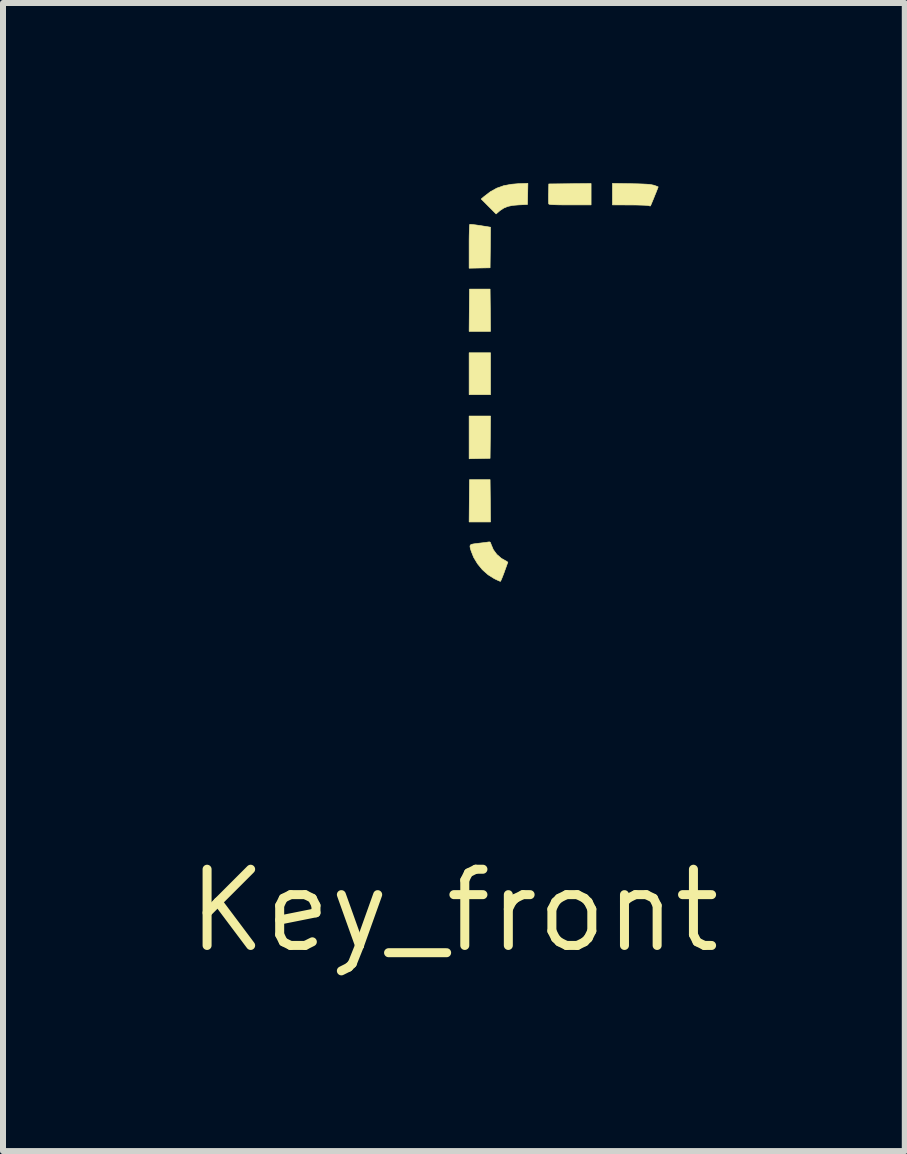
<source format=kicad_pcb>
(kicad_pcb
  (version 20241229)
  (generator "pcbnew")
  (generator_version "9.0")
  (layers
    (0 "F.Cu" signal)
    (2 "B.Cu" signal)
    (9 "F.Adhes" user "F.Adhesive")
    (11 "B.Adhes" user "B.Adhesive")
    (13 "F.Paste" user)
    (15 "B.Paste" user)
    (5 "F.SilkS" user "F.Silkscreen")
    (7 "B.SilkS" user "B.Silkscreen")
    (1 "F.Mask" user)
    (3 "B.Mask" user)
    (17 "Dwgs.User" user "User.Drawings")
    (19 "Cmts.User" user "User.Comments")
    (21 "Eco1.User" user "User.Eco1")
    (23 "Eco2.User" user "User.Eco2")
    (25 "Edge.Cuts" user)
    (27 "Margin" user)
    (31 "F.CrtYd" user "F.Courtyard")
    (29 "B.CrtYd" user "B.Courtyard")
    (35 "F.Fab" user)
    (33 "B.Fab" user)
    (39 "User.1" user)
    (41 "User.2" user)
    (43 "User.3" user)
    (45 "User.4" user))
  (footprint "Key_front"
    (layer "F.Cu")
    (at 4.513 12.124)
    (property "Reference" "Key_front" (at 0 0 0) (layer "F.SilkS") (effects (font (size 1.27 1.27) (thickness 0.15))))
    (attr through_hole)
    (fp_poly (pts (xy 0.61 -8.598) (xy 0.254 -8.598) (xy 0.254 -9.296) (xy 0.61 -9.296) (xy 0.61 -8.598)) (stroke (width 0.01) (type solid)) (fill yes) (layer "F.SilkS"))
    (fp_poly (pts (xy 0.607 -10.004) (xy 0.61 -9.652) (xy 0.254 -9.652) (xy 0.26 -10.357) (xy 0.603 -10.357) (xy 0.607 -10.004)) (stroke (width 0.01) (type solid)) (fill yes) (layer "F.SilkS"))
    (fp_poly (pts (xy 0.607 -7.89) (xy 0.603 -7.537) (xy 0.254 -7.53) (xy 0.254 -8.242) (xy 0.61 -8.242) (xy 0.607 -7.89)) (stroke (width 0.01) (type solid)) (fill yes) (layer "F.SilkS"))
    (fp_poly (pts (xy 0.607 -6.829) (xy 0.61 -6.477) (xy 0.254 -6.477) (xy 0.26 -7.182) (xy 0.603 -7.182) (xy 0.607 -6.829)) (stroke (width 0.01) (type solid)) (fill yes) (layer "F.SilkS"))
    (fp_poly (pts (xy 1.226 -11.767) (xy 1.079 -11.76) (xy 0.98 -11.752) (xy 0.9 -11.735) (xy 0.833 -11.708) (xy 0.772 -11.668) (xy 0.748 -11.648) (xy 0.703 -11.609) (xy 0.455 -11.858) (xy 0.504 -11.9) (xy 0.607 -11.979) (xy 0.715 -12.039) (xy 0.831 -12.08) (xy 0.962 -12.104) (xy 1.07 -12.113) (xy 1.233 -12.119) (xy 1.226 -11.767)) (stroke (width 0.01) (type solid)) (fill yes) (layer "F.SilkS"))
    (fp_poly (pts (xy 2.286 -11.76) (xy 1.936 -11.76) (xy 1.828 -11.76) (xy 1.744 -11.761) (xy 1.679 -11.763) (xy 1.633 -11.765) (xy 1.603 -11.768) (xy 1.586 -11.772) (xy 1.58 -11.777) (xy 1.578 -11.795) (xy 1.577 -11.834) (xy 1.577 -11.886) (xy 1.577 -11.948) (xy 1.578 -11.951) (xy 1.581 -12.109) (xy 2.286 -12.116) (xy 2.286 -11.76)) (stroke (width 0.01) (type solid)) (fill yes) (layer "F.SilkS"))
    (fp_poly (pts (xy 0.316 -11.432) (xy 0.367 -11.426) (xy 0.428 -11.417) (xy 0.442 -11.415) (xy 0.61 -11.388) (xy 0.607 -11.05) (xy 0.603 -10.712) (xy 0.254 -10.705) (xy 0.254 -11.067) (xy 0.254 -11.16) (xy 0.255 -11.245) (xy 0.257 -11.318) (xy 0.259 -11.376) (xy 0.261 -11.416) (xy 0.264 -11.434) (xy 0.264 -11.435) (xy 0.28 -11.435) (xy 0.316 -11.432)) (stroke (width 0.01) (type solid)) (fill yes) (layer "F.SilkS"))
    (fp_poly (pts (xy 2.956 -12.113) (xy 3.061 -12.111) (xy 3.145 -12.108) (xy 3.209 -12.105) (xy 3.259 -12.101) (xy 3.297 -12.095) (xy 3.326 -12.089) (xy 3.337 -12.086) (xy 3.373 -12.073) (xy 3.398 -12.063) (xy 3.404 -12.06) (xy 3.399 -12.046) (xy 3.387 -12.015) (xy 3.37 -11.971) (xy 3.349 -11.92) (xy 3.328 -11.867) (xy 3.307 -11.817) (xy 3.29 -11.776) (xy 3.278 -11.749) (xy 3.275 -11.742) (xy 3.261 -11.743) (xy 3.245 -11.748) (xy 3.225 -11.751) (xy 3.184 -11.754) (xy 3.126 -11.756) (xy 3.054 -11.758) (xy 2.972 -11.759) (xy 2.931 -11.759) (xy 2.642 -11.76) (xy 2.642 -12.118) (xy 2.956 -12.113)) (stroke (width 0.01) (type solid)) (fill yes) (layer "F.SilkS"))
    (fp_poly (pts (xy 0.61 -6.133) (xy 0.62 -6.103) (xy 0.62 -6.103) (xy 0.657 -6.015) (xy 0.715 -5.936) (xy 0.79 -5.871) (xy 0.846 -5.839) (xy 0.878 -5.822) (xy 0.896 -5.808) (xy 0.899 -5.804) (xy 0.893 -5.79) (xy 0.881 -5.757) (xy 0.864 -5.709) (xy 0.843 -5.652) (xy 0.84 -5.642) (xy 0.818 -5.584) (xy 0.799 -5.536) (xy 0.784 -5.502) (xy 0.775 -5.487) (xy 0.775 -5.486) (xy 0.76 -5.492) (xy 0.728 -5.506) (xy 0.686 -5.526) (xy 0.672 -5.533) (xy 0.57 -5.597) (xy 0.475 -5.681) (xy 0.394 -5.78) (xy 0.329 -5.888) (xy 0.287 -5.994) (xy 0.273 -6.041) (xy 0.268 -6.072) (xy 0.274 -6.092) (xy 0.294 -6.104) (xy 0.333 -6.112) (xy 0.392 -6.119) (xy 0.403 -6.121) (xy 0.463 -6.128) (xy 0.516 -6.134) (xy 0.557 -6.14) (xy 0.573 -6.143) (xy 0.597 -6.144) (xy 0.61 -6.133)) (stroke (width 0.01) (type solid)) (fill yes) (layer "F.SilkS")))
  (gr_rect
    (start -3 -3)
    (end 12.026 16.13)
    (stroke (width 0.1) (type default))
    (fill no)
    (layer "Edge.Cuts")))
</source>
